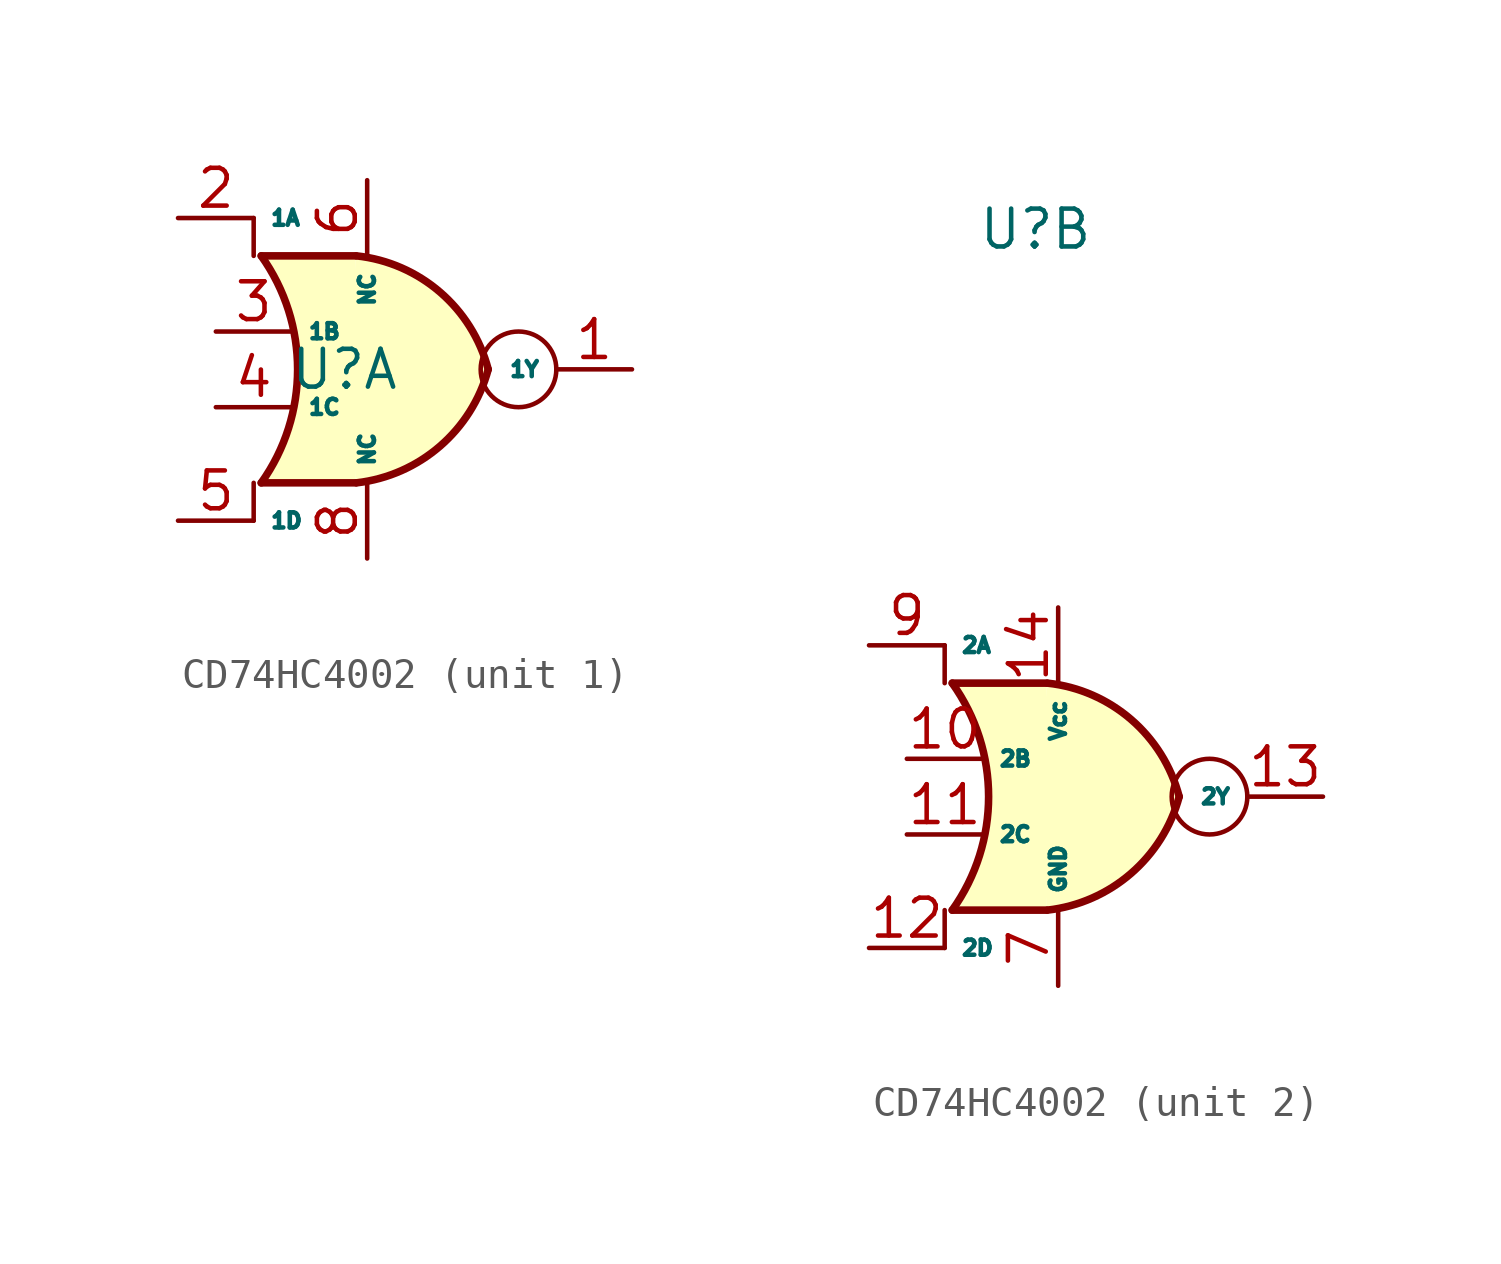
<source format=kicad_sym>
(kicad_symbol_lib
  (version 20231120)
  (generator "kicad_symbol_editor")
  (generator_version "8.0")
  (symbol "CD74HC4002"
    (property "Reference" "U"
      (at -0.762 7.62 0)
      (effects (font (size 1.27 1.27))))
    (property "Value" ""
      (at 0 0 0)
      (effects (font (size 1.27 1.27))))
    (property "ki_locked" ""
      (at 0 0 0)
      (effects (font (size 1.27 1.27))))
    (symbol "CD74HC4002_1_1"
      (arc (start -3.5562 3.81) (mid -2.3352 7.62) (end -3.5562 11.43) (stroke (width 0.254) (type default)) (fill (type none)))
      (arc (start -0.3558 3.81) (mid 2.4393 5.036) (end 4.0638 7.62) (stroke (width 0.254) (type default)) (fill (type background)))
      (polyline (pts (xy -3.81 3.81) (xy -3.81 2.54)) (stroke (width 0) (type default)) (fill (type none)))
      (polyline (pts (xy -3.81 11.43) (xy -3.81 12.7)) (stroke (width 0) (type default)) (fill (type none)))
      (polyline (pts (xy -3.556 3.81) (xy -0.381 3.81)) (stroke (width 0.254) (type default)) (fill (type background)))
      (polyline (pts (xy -3.556 11.43) (xy -0.381 11.43)) (stroke (width 0.254) (type default)) (fill (type background)))
      (polyline (pts (xy -0.381 11.43) (xy -3.556 11.43) (xy -3.556 11.43) (xy -3.302 11.024) (xy -2.769 9.881) (xy -2.439 8.661) (xy -2.362 7.366) (xy -2.515 6.121) (xy -2.921 4.902) (xy -3.556 3.81) (xy -3.556 3.81) (xy -0.381 3.81)) (stroke (width -25.4) (type default)) (fill (type background)))
      (arc (start 4.0638 7.62) (mid 2.4466 10.2125) (end -0.3558 11.43) (stroke (width 0.254) (type default)) (fill (type background)))
      (circle (center 5.08 7.62) (radius 1.27) (stroke (width 0) (type default)) (fill (type none)))
      (pin output line (at 8.89 7.62 180) (length 2.54) (name "1Y" (effects (font (size 0.508 0.508)))) (number "1" (effects (font (size 1.27 1.27)))))
      (pin input line (at -6.35 12.7 0) (length 2.54) (name "1A" (effects (font (size 0.508 0.508)))) (number "2" (effects (font (size 1.27 1.27)))))
      (pin input line (at -5.08 8.89 0) (length 2.54) (name "1B" (effects (font (size 0.508 0.508)))) (number "3" (effects (font (size 1.27 1.27)))))
      (pin input line (at -5.08 6.35 0) (length 2.54) (name "1C" (effects (font (size 0.508 0.508)))) (number "4" (effects (font (size 1.27 1.27)))))
      (pin input line (at -6.35 2.54 0) (length 2.54) (name "1D" (effects (font (size 0.508 0.508)))) (number "5" (effects (font (size 1.27 1.27)))))
      (pin free line (at 0 13.97 270) (length 2.54) (name "NC" (effects (font (size 0.508 0.508)))) (number "6" (effects (font (size 1.27 1.27)))))
      (pin free line (at 0 1.27 90) (length 2.54) (name "NC" (effects (font (size 0.508 0.508)))) (number "8" (effects (font (size 1.27 1.27))))))
    (symbol "CD74HC4002_2_1"
      (arc (start -3.5562 -15.24) (mid -2.3352 -11.43) (end -3.5562 -7.62) (stroke (width 0.254) (type default)) (fill (type none)))
      (arc (start -0.3558 -15.24) (mid 2.4393 -14.014) (end 4.0638 -11.43) (stroke (width 0.254) (type default)) (fill (type background)))
      (polyline (pts (xy -3.81 -15.24) (xy -3.81 -16.51)) (stroke (width 0) (type default)) (fill (type none)))
      (polyline (pts (xy -3.81 -7.62) (xy -3.81 -6.35)) (stroke (width 0) (type default)) (fill (type none)))
      (polyline (pts (xy -3.556 -15.24) (xy -0.381 -15.24)) (stroke (width 0.254) (type default)) (fill (type background)))
      (polyline (pts (xy -3.556 -7.62) (xy -0.381 -7.62)) (stroke (width 0.254) (type default)) (fill (type background)))
      (polyline (pts (xy -0.381 -7.62) (xy -3.556 -7.62) (xy -3.556 -7.62) (xy -3.302 -8.026) (xy -2.769 -9.169) (xy -2.439 -10.389) (xy -2.362 -11.684) (xy -2.515 -12.929) (xy -2.921 -14.148) (xy -3.556 -15.24) (xy -3.556 -15.24) (xy -0.381 -15.24)) (stroke (width -25.4) (type default)) (fill (type background)))
      (arc (start 4.0638 -11.43) (mid 2.4466 -8.8375) (end -0.3558 -7.62) (stroke (width 0.254) (type default)) (fill (type background)))
      (circle (center 5.08 -11.43) (radius 1.27) (stroke (width 0) (type default)) (fill (type none)))
      (pin input line (at -5.08 -10.16 0) (length 2.54) (name "2B" (effects (font (size 0.508 0.508)))) (number "10" (effects (font (size 1.27 1.27)))))
      (pin input line (at -5.08 -12.7 0) (length 2.54) (name "2C" (effects (font (size 0.508 0.508)))) (number "11" (effects (font (size 1.27 1.27)))))
      (pin input line (at -6.35 -16.51 0) (length 2.54) (name "2D" (effects (font (size 0.508 0.508)))) (number "12" (effects (font (size 1.27 1.27)))))
      (pin output line (at 8.89 -11.43 180) (length 2.54) (name "2Y" (effects (font (size 0.508 0.508)))) (number "13" (effects (font (size 1.27 1.27)))))
      (pin power_in line (at 0 -5.08 270) (length 2.54) (name "Vcc" (effects (font (size 0.508 0.508)))) (number "14" (effects (font (size 1.27 1.27)))))
      (pin power_in line (at 0 -17.78 90) (length 2.54) (name "GND" (effects (font (size 0.508 0.508)))) (number "7" (effects (font (size 1.27 1.27)))))
      (pin input line (at -6.35 -6.35 0) (length 2.54) (name "2A" (effects (font (size 0.508 0.508)))) (number "9" (effects (font (size 1.27 1.27))))))))
</source>
